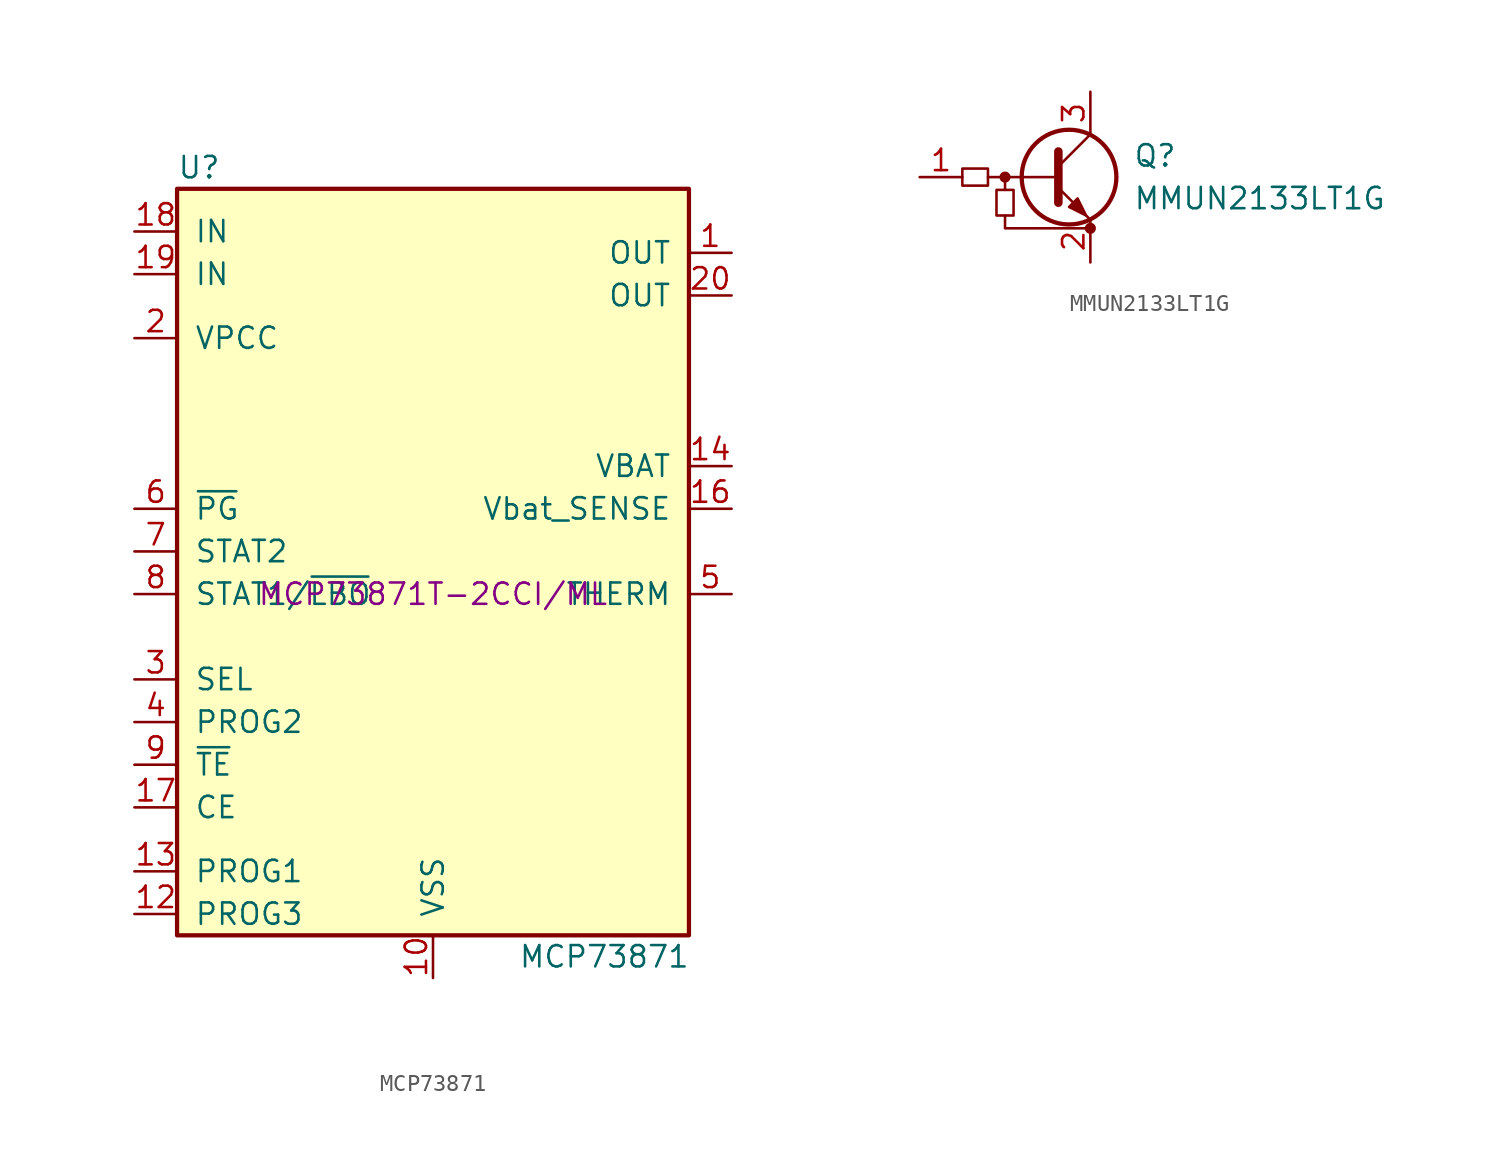
<source format=kicad_sym>
(kicad_symbol_lib
  (version 20201005)
  (generator kicad_symbol_editor)
  (symbol "Adafruit-PowerBoost-1000C:MCP73871"
    (pin_names
      (offset 1.016))
    (property "Reference" "U"
      (at -15.24 25.4 0)
      (effects (font (size 1.27 1.27)) (justify left)))
    (property "Value" "MCP73871"
      (at 5.08 -21.59 0)
      (effects (font (size 1.27 1.27)) (justify left)))
    (property "manf#" "MCP73871T-2CCI/ML"
      (at 0 0 0)
      (effects (font (size 1.27 1.27))))
    (symbol "MCP73871_0_1"
      (rectangle (start -15.24 24.13) (end 15.24 -20.32) (stroke (width 0.254)) (fill (type background))))
    (symbol "MCP73871_1_1"
      (pin power_out line (at 17.78 20.32 180) (length 2.54) (name "OUT" (effects (font (size 1.27 1.27)))) (number "1" (effects (font (size 1.27 1.27)))))
      (pin power_in line (at 0 -22.86 90) (length 2.54) (name "VSS" (effects (font (size 1.27 1.27)))) (number "10" (effects (font (size 1.27 1.27)))))
      (pin passive line (at 0 -22.86 90) (length 2.54) hide (name "VSS" (effects (font (size 1.27 1.27)))) (number "11" (effects (font (size 1.27 1.27)))))
      (pin bidirectional line (at -17.78 -19.05 0) (length 2.54) (name "PROG3" (effects (font (size 1.27 1.27)))) (number "12" (effects (font (size 1.27 1.27)))))
      (pin bidirectional line (at -17.78 -16.51 0) (length 2.54) (name "PROG1" (effects (font (size 1.27 1.27)))) (number "13" (effects (font (size 1.27 1.27)))))
      (pin power_out line (at 17.78 7.62 180) (length 2.54) (name "VBAT" (effects (font (size 1.27 1.27)))) (number "14" (effects (font (size 1.27 1.27)))))
      (pin passive line (at 17.78 7.62 180) (length 2.54) hide (name "VBAT" (effects (font (size 1.27 1.27)))) (number "15" (effects (font (size 1.27 1.27)))))
      (pin input line (at 17.78 5.08 180) (length 2.54) (name "Vbat_SENSE" (effects (font (size 1.27 1.27)))) (number "16" (effects (font (size 1.27 1.27)))))
      (pin input line (at -17.78 -12.7 0) (length 2.54) (name "CE" (effects (font (size 1.27 1.27)))) (number "17" (effects (font (size 1.27 1.27)))))
      (pin power_in line (at -17.78 21.59 0) (length 2.54) (name "IN" (effects (font (size 1.27 1.27)))) (number "18" (effects (font (size 1.27 1.27)))))
      (pin passive line (at -17.78 19.05 0) (length 2.54) (name "IN" (effects (font (size 1.27 1.27)))) (number "19" (effects (font (size 1.27 1.27)))))
      (pin input line (at -17.78 15.24 0) (length 2.54) (name "VPCC" (effects (font (size 1.27 1.27)))) (number "2" (effects (font (size 1.27 1.27)))))
      (pin passive line (at 17.78 17.78 180) (length 2.54) (name "OUT" (effects (font (size 1.27 1.27)))) (number "20" (effects (font (size 1.27 1.27)))))
      (pin passive line (at 0 -22.86 90) (length 2.54) hide (name "VSS" (effects (font (size 1.27 1.27)))) (number "21" (effects (font (size 1.27 1.27)))))
      (pin input line (at -17.78 -5.08 0) (length 2.54) (name "SEL" (effects (font (size 1.27 1.27)))) (number "3" (effects (font (size 1.27 1.27)))))
      (pin input line (at -17.78 -7.62 0) (length 2.54) (name "PROG2" (effects (font (size 1.27 1.27)))) (number "4" (effects (font (size 1.27 1.27)))))
      (pin bidirectional line (at 17.78 0 180) (length 2.54) (name "THERM" (effects (font (size 1.27 1.27)))) (number "5" (effects (font (size 1.27 1.27)))))
      (pin open_collector line (at -17.78 5.08 0) (length 2.54) (name "~PG~" (effects (font (size 1.27 1.27)))) (number "6" (effects (font (size 1.27 1.27)))))
      (pin open_collector line (at -17.78 2.54 0) (length 2.54) (name "STAT2" (effects (font (size 1.27 1.27)))) (number "7" (effects (font (size 1.27 1.27)))))
      (pin open_collector line (at -17.78 0 0) (length 2.54) (name "STAT1/~LBO~" (effects (font (size 1.27 1.27)))) (number "8" (effects (font (size 1.27 1.27)))))
      (pin input line (at -17.78 -10.16 0) (length 2.54) (name "~TE" (effects (font (size 1.27 1.27)))) (number "9" (effects (font (size 1.27 1.27)))))))
  (symbol "Adafruit-PowerBoost-1000C:MMUN2133LT1G"
    (pin_names hide)
    (property "Reference" "Q"
      (at 3.81 1.27 0)
      (effects (font (size 1.27 1.27)) (justify left)))
    (property "Value" "MMUN2133LT1G"
      (at 3.81 -1.27 0)
      (effects (font (size 1.27 1.27)) (justify left)))
    (symbol "MMUN2133LT1G_0_1"
      (circle (center -3.81 0) (radius 0.254) (stroke (width 0)) (fill (type outline)))
      (circle (center 1.27 -3.048) (radius 0.254) (stroke (width 0)) (fill (type outline)))
      (rectangle (start -6.35 0.508) (end -4.826 -0.508) (stroke (width 0)) (fill (type none)))
      (rectangle (start -4.318 -2.286) (end -3.302 -0.762) (stroke (width 0)) (fill (type none)))
      (polyline (pts (xy -3.81 -0.762) (xy -3.81 0)) (stroke (width 0)) (fill (type none)))
      (polyline (pts (xy -0.762 0) (xy -4.826 0)) (stroke (width 0)) (fill (type none)))
      (polyline (pts (xy -0.635 1.524) (xy -0.635 -1.524)) (stroke (width 0.508)) (fill (type none)))
      (polyline (pts (xy -3.81 -2.286) (xy -3.81 -3.048) (xy 1.27 -3.048)) (stroke (width 0)) (fill (type none))))
    (symbol "MMUN2133LT1G_1_1"
      (circle (center 0 0) (radius 2.819) (stroke (width 0.254)) (fill (type none)))
      (polyline (pts (xy -0.635 0.635) (xy 1.27 2.54)) (stroke (width 0)) (fill (type none)))
      (polyline (pts (xy -0.635 -0.635) (xy 1.27 -2.54) (xy 1.27 -2.54)) (stroke (width 0)) (fill (type none)))
      (polyline (pts (xy 0 -1.778) (xy 0.508 -1.27) (xy 1.016 -2.286) (xy 0 -1.778) (xy 0 -1.778)) (stroke (width 0)) (fill (type outline)))
      (pin input line (at -8.89 0 0) (length 2.54) (name "B" (effects (font (size 1.27 1.27)))) (number "1" (effects (font (size 1.27 1.27)))))
      (pin passive line (at 1.27 -5.08 90) (length 2.54) (name "E" (effects (font (size 1.27 1.27)))) (number "2" (effects (font (size 1.27 1.27)))))
      (pin passive line (at 1.27 5.08 270) (length 2.54) (name "C" (effects (font (size 1.27 1.27)))) (number "3" (effects (font (size 1.27 1.27))))))))
</source>
